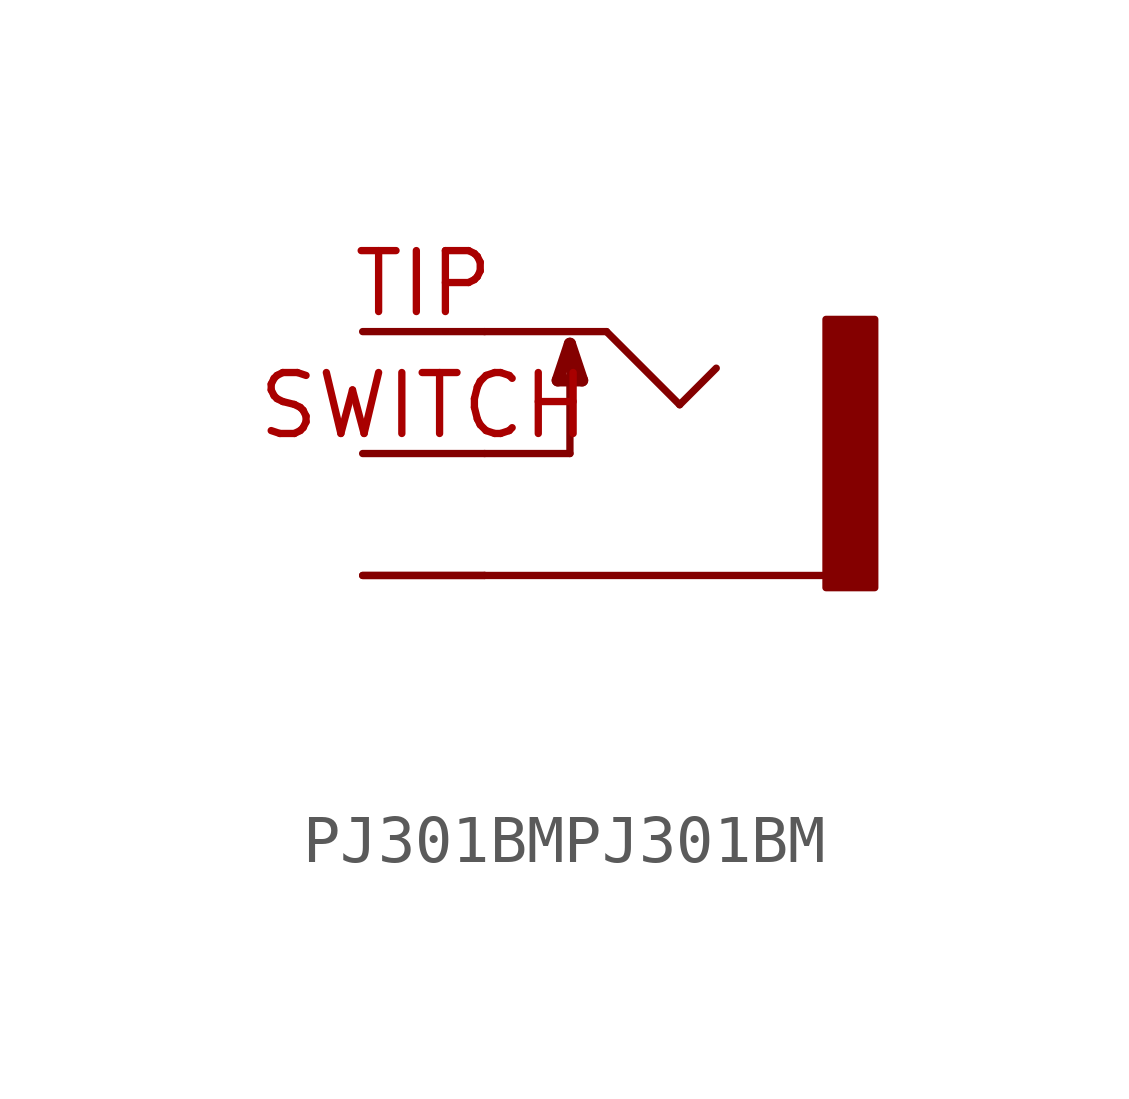
<source format=kicad_sym>
(kicad_symbol_lib
  (version 20231120)
  (generator "kicad_symbol_editor")
  (generator_version "8.0")
  (symbol "PJ301BMPJ301BM"
    (property "Reference" ""
      (at -2.54 4.064 0)
      (effects (font (size 1.778 1.511)) (justify left bottom) (hide yes)))
    (property "Value" ""
      (at -2.54 -6.096 0)
      (effects (font (size 1.778 1.511)) (justify left bottom)))
    (property "ki_locked" ""
      (at 0 0 0)
      (effects (font (size 1.27 1.27))))
    (symbol "PJ301BMPJ301BM_1_0"
      (polyline (pts (xy -2.54 -2.54) (xy 4.572 -2.54)) (stroke (width 0.152) (type solid)) (fill (type none)))
      (polyline (pts (xy -2.54 0) (xy -0.762 0)) (stroke (width 0.152) (type solid)) (fill (type none)))
      (polyline (pts (xy -2.54 2.54) (xy 0 2.54)) (stroke (width 0.152) (type solid)) (fill (type none)))
      (polyline (pts (xy -1.016 1.524) (xy -0.508 1.524)) (stroke (width 0.254) (type solid)) (fill (type none)))
      (polyline (pts (xy -0.762 0) (xy -0.762 2.286)) (stroke (width 0.152) (type solid)) (fill (type none)))
      (polyline (pts (xy -0.762 2.286) (xy -1.016 1.524)) (stroke (width 0.254) (type solid)) (fill (type none)))
      (polyline (pts (xy -0.508 1.524) (xy -0.762 2.286)) (stroke (width 0.254) (type solid)) (fill (type none)))
      (polyline (pts (xy 0 2.54) (xy 1.524 1.016)) (stroke (width 0.152) (type solid)) (fill (type none)))
      (polyline (pts (xy 1.524 1.016) (xy 2.286 1.778)) (stroke (width 0.152) (type solid)) (fill (type none)))
      (rectangle (start 4.572 2.794) (end 5.588 -2.794) (stroke (width 0) (type default)) (fill (type outline)))
      (pin passive line (at -5.08 -2.54 0) (length 2.54) (name "5" (effects (font (size 0 0)))) (number "GND1" (effects (font (size 0 0)))))
      (pin passive line (at -5.08 -2.54 0) (length 2.54) (name "5" (effects (font (size 0 0)))) (number "GND2" (effects (font (size 0 0)))))
      (pin passive line (at -5.08 0 0) (length 2.54) (name "4" (effects (font (size 0 0)))) (number "SWITCH" (effects (font (size 1.27 1.27)))))
      (pin passive line (at -5.08 2.54 0) (length 2.54) (name "3" (effects (font (size 0 0)))) (number "TIP" (effects (font (size 1.27 1.27))))))))
</source>
